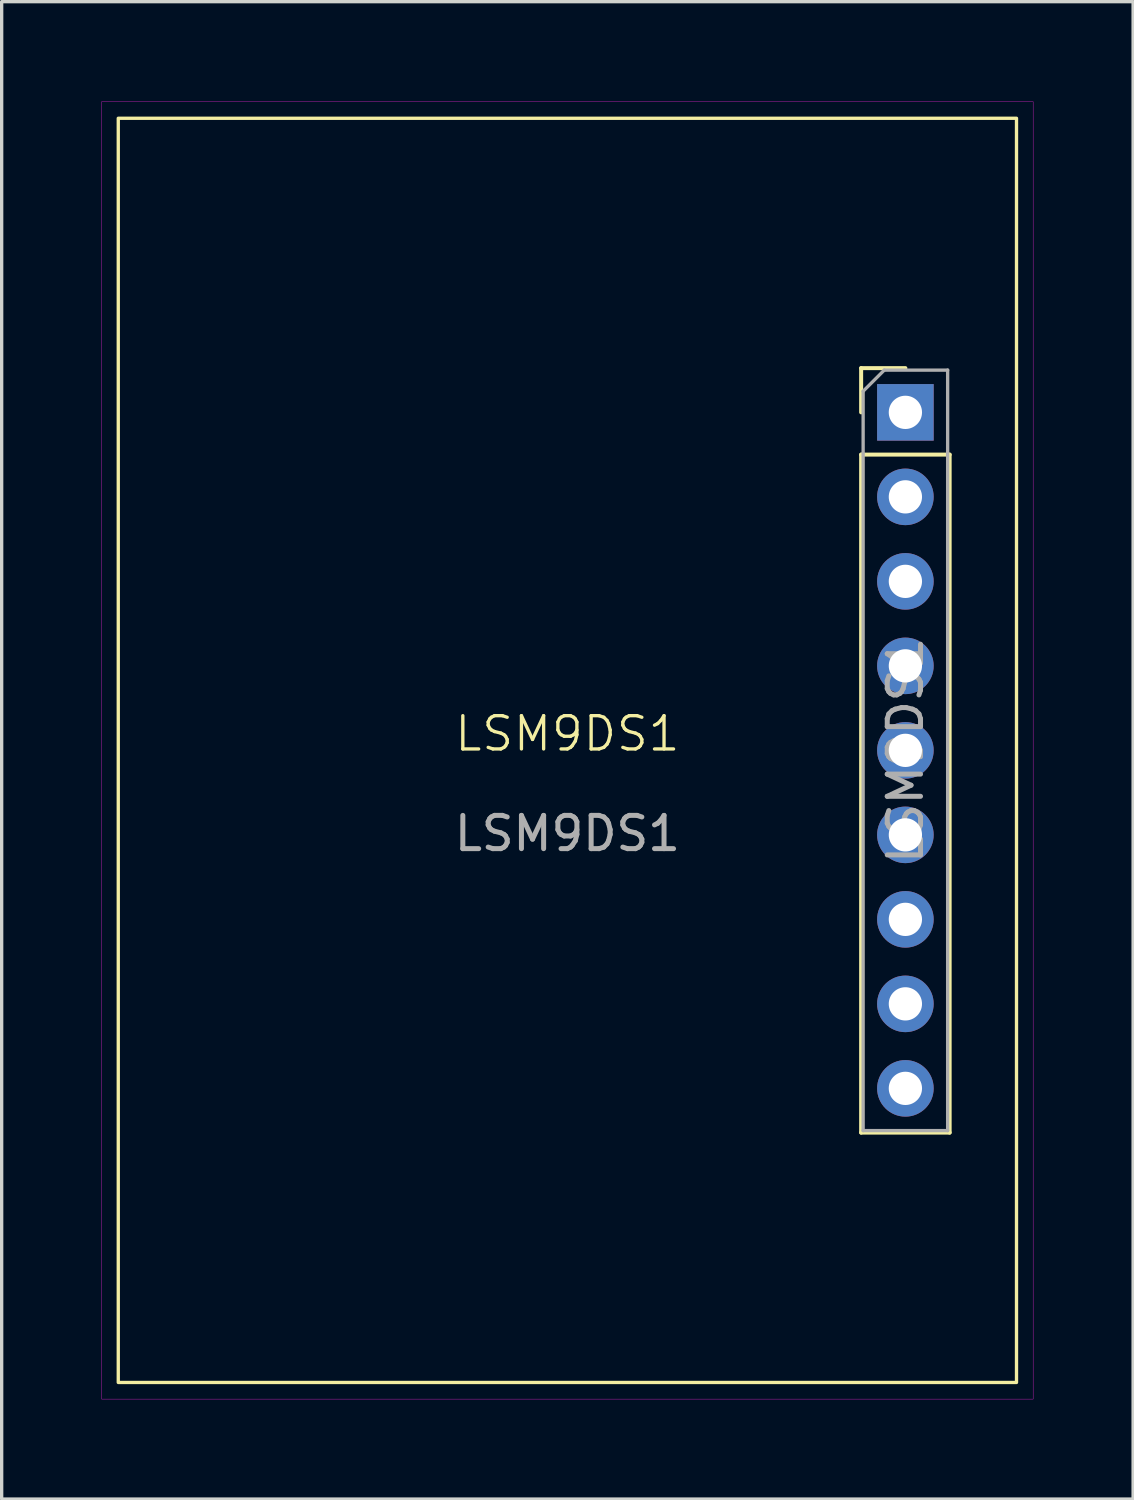
<source format=kicad_pcb>
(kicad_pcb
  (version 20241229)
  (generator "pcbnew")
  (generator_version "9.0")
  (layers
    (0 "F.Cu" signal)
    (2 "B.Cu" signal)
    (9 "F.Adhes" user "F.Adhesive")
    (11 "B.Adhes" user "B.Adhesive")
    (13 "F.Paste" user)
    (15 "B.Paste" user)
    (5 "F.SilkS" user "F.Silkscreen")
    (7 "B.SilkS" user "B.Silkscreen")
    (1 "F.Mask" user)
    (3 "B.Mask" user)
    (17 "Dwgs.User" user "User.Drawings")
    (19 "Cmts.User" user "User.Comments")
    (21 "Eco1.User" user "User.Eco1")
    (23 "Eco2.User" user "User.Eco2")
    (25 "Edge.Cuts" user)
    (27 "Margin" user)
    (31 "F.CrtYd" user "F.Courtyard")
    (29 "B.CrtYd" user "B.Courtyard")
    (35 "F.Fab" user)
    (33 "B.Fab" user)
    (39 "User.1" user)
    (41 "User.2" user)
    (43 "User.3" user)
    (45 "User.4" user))
  (footprint "LSM9DS1"
    (layer "F.Cu")
    (at 14.005 19.505)
    (property "Reference" "LSM9DS1" (at 0 -0.5 0) (unlocked yes) (layer "F.SilkS") (effects (font (size 1 1) (thickness 0.1))))
    (attr through_hole)
    (fp_line (start 8.83 -11.49) (end 10.16 -11.49) (stroke (width 0.12) (type solid)) (layer "F.SilkS"))
    (fp_line (start 8.83 -10.16) (end 8.83 -11.49) (stroke (width 0.12) (type solid)) (layer "F.SilkS"))
    (fp_line (start 8.83 -8.89) (end 8.83 11.49) (stroke (width 0.12) (type solid)) (layer "F.SilkS"))
    (fp_line (start 8.83 -8.89) (end 11.49 -8.89) (stroke (width 0.12) (type solid)) (layer "F.SilkS"))
    (fp_line (start 8.83 11.49) (end 11.49 11.49) (stroke (width 0.12) (type solid)) (layer "F.SilkS"))
    (fp_line (start 11.49 -8.89) (end 11.49 11.49) (stroke (width 0.12) (type solid)) (layer "F.SilkS"))
    (fp_rect (start -13.5 -19) (end 13.5 19) (stroke (width 0.1) (type default)) (fill no) (layer "F.SilkS"))
    (fp_rect (start -14 -19.5) (end 14 19.5) (stroke (width 0.01) (type default)) (fill no) (layer "F.CrtYd"))
    (fp_line (start 8.89 -10.795) (end 9.525 -11.43) (stroke (width 0.1) (type solid)) (layer "F.Fab"))
    (fp_line (start 8.89 11.43) (end 8.89 -10.795) (stroke (width 0.1) (type solid)) (layer "F.Fab"))
    (fp_line (start 9.525 -11.43) (end 11.43 -11.43) (stroke (width 0.1) (type solid)) (layer "F.Fab"))
    (fp_line (start 11.43 -11.43) (end 11.43 11.43) (stroke (width 0.1) (type solid)) (layer "F.Fab"))
    (fp_line (start 11.43 11.43) (end 8.89 11.43) (stroke (width 0.1) (type solid)) (layer "F.Fab"))
    (fp_text user "${REFERENCE}" (at 0 2.5 0) (unlocked yes) (layer "F.Fab") (effects (font (size 1 1) (thickness 0.15))))
    (fp_text user "${REFERENCE}" (at 10.16 0 90) (layer "F.Fab") (effects (font (size 1 1) (thickness 0.15))))
    (pad "1" thru_hole rect (at 10.16 -10.16) (size 1.7 1.7) (drill 1) (layers "*.Cu" "*.Mask"))
    (pad "2" thru_hole oval (at 10.16 -7.62) (size 1.7 1.7) (drill 1) (layers "*.Cu" "*.Mask"))
    (pad "3" thru_hole oval (at 10.16 -5.08) (size 1.7 1.7) (drill 1) (layers "*.Cu" "*.Mask"))
    (pad "4" thru_hole oval (at 10.16 -2.54) (size 1.7 1.7) (drill 1) (layers "*.Cu" "*.Mask"))
    (pad "5" thru_hole oval (at 10.16 0) (size 1.7 1.7) (drill 1) (layers "*.Cu" "*.Mask"))
    (pad "6" thru_hole oval (at 10.16 2.54) (size 1.7 1.7) (drill 1) (layers "*.Cu" "*.Mask"))
    (pad "7" thru_hole oval (at 10.16 5.08) (size 1.7 1.7) (drill 1) (layers "*.Cu" "*.Mask"))
    (pad "8" thru_hole oval (at 10.16 7.62) (size 1.7 1.7) (drill 1) (layers "*.Cu" "*.Mask"))
    (pad "9" thru_hole oval (at 10.16 10.16) (size 1.7 1.7) (drill 1) (layers "*.Cu" "*.Mask")))
  (gr_rect
    (start -3 -3)
    (end 31.01 42.01)
    (stroke (width 0.1) (type default))
    (fill no)
    (layer "Edge.Cuts")))
</source>
